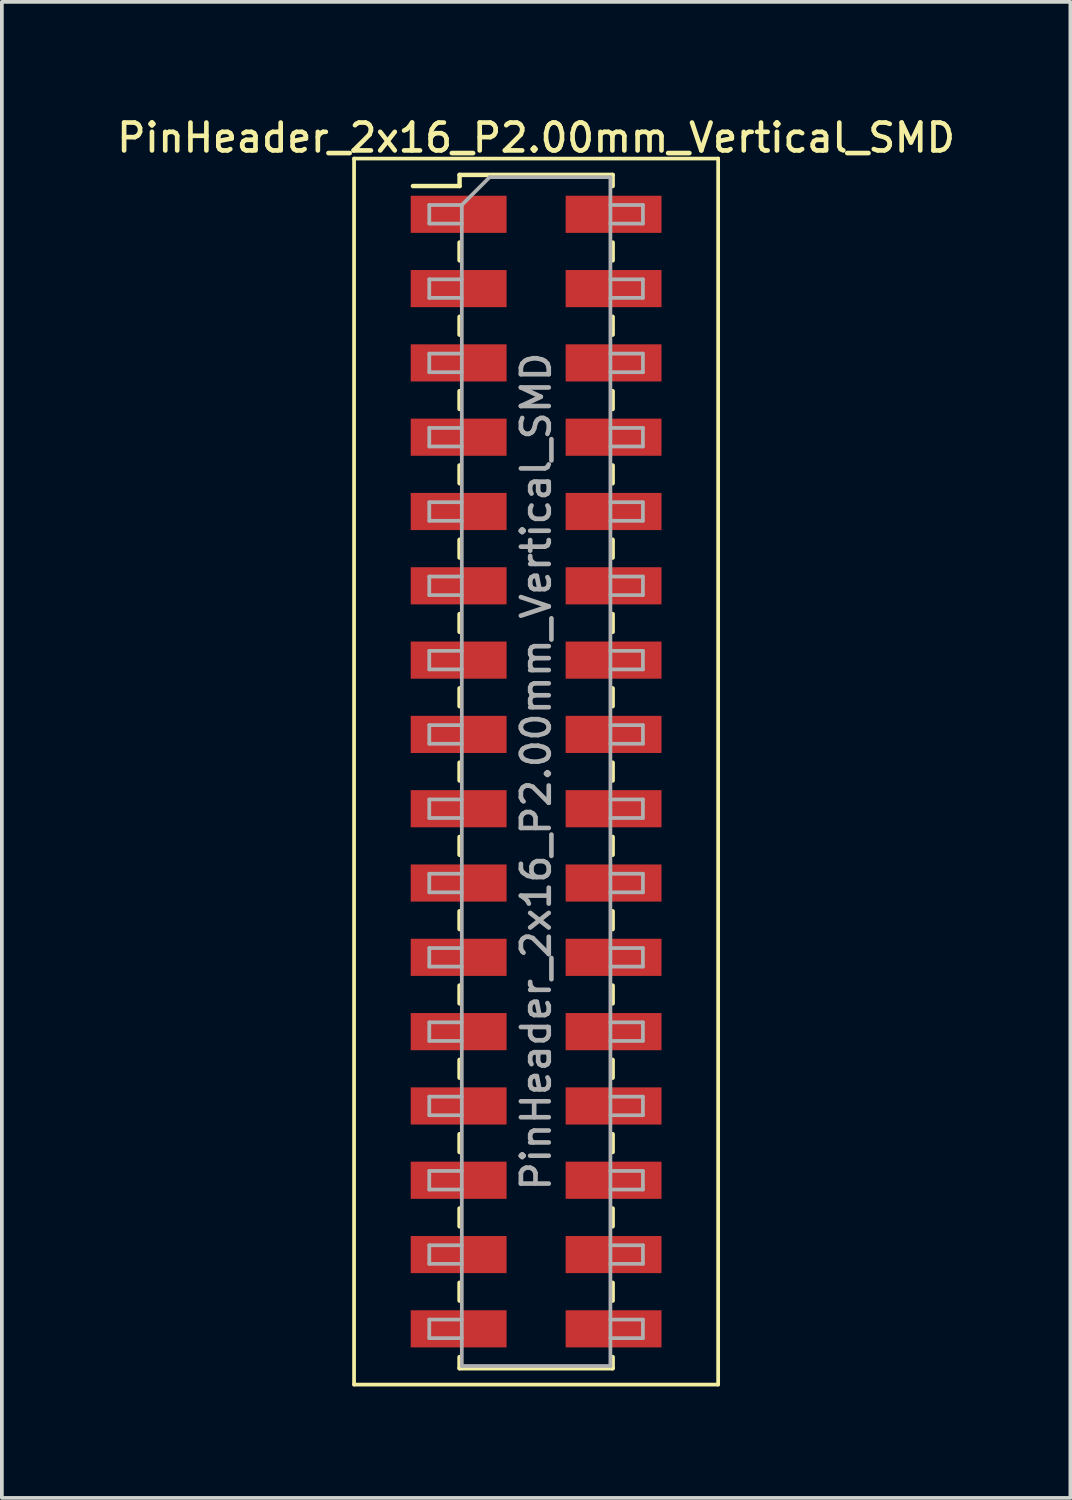
<source format=kicad_pcb>
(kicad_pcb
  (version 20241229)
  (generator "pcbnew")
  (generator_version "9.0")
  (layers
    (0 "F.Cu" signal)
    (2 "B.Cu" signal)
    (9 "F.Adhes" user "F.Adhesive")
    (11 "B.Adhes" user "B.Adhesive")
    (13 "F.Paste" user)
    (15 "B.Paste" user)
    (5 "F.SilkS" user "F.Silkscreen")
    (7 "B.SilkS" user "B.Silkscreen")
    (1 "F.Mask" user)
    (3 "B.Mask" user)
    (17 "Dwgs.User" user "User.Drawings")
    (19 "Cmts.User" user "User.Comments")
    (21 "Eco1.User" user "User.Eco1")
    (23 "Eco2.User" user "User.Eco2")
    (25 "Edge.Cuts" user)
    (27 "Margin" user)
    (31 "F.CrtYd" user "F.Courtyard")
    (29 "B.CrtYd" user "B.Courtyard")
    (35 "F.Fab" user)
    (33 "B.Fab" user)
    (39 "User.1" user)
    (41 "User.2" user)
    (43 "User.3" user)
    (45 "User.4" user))
  (footprint "PinHeader_2x16_P2.00mm_Vertical_SMD"
    (layer "F.Cu")
    (at 11.38 17.718)
    (property "Reference" "PinHeader_2x16_P2.00mm_Vertical_SMD" (at 0 -17.06 0) (layer "F.SilkS") (effects (font (size 0.75 0.75) (thickness 0.125))))
    (attr smd)
    (fp_line (start -4.9 -16.5) (end -4.9 16.5) (stroke (width 0.1) (type solid)) (layer "F.SilkS"))
    (fp_line (start -4.9 16.5) (end 4.9 16.5) (stroke (width 0.1) (type solid)) (layer "F.SilkS"))
    (fp_line (start -3.315 -15.76) (end -2.06 -15.76) (stroke (width 0.12) (type solid)) (layer "F.SilkS"))
    (fp_line (start -2.06 -16.06) (end -2.06 -15.76) (stroke (width 0.12) (type solid)) (layer "F.SilkS"))
    (fp_line (start -2.06 -16.06) (end 2.06 -16.06) (stroke (width 0.12) (type solid)) (layer "F.SilkS"))
    (fp_line (start -2.06 -14.24) (end -2.06 -13.76) (stroke (width 0.12) (type solid)) (layer "F.SilkS"))
    (fp_line (start -2.06 -12.24) (end -2.06 -11.76) (stroke (width 0.12) (type solid)) (layer "F.SilkS"))
    (fp_line (start -2.06 -10.24) (end -2.06 -9.76) (stroke (width 0.12) (type solid)) (layer "F.SilkS"))
    (fp_line (start -2.06 -8.24) (end -2.06 -7.76) (stroke (width 0.12) (type solid)) (layer "F.SilkS"))
    (fp_line (start -2.06 -6.24) (end -2.06 -5.76) (stroke (width 0.12) (type solid)) (layer "F.SilkS"))
    (fp_line (start -2.06 -4.24) (end -2.06 -3.76) (stroke (width 0.12) (type solid)) (layer "F.SilkS"))
    (fp_line (start -2.06 -2.24) (end -2.06 -1.76) (stroke (width 0.12) (type solid)) (layer "F.SilkS"))
    (fp_line (start -2.06 -0.24) (end -2.06 0.24) (stroke (width 0.12) (type solid)) (layer "F.SilkS"))
    (fp_line (start -2.06 1.76) (end -2.06 2.24) (stroke (width 0.12) (type solid)) (layer "F.SilkS"))
    (fp_line (start -2.06 3.76) (end -2.06 4.24) (stroke (width 0.12) (type solid)) (layer "F.SilkS"))
    (fp_line (start -2.06 5.76) (end -2.06 6.24) (stroke (width 0.12) (type solid)) (layer "F.SilkS"))
    (fp_line (start -2.06 7.76) (end -2.06 8.24) (stroke (width 0.12) (type solid)) (layer "F.SilkS"))
    (fp_line (start -2.06 9.76) (end -2.06 10.24) (stroke (width 0.12) (type solid)) (layer "F.SilkS"))
    (fp_line (start -2.06 11.76) (end -2.06 12.24) (stroke (width 0.12) (type solid)) (layer "F.SilkS"))
    (fp_line (start -2.06 13.76) (end -2.06 14.24) (stroke (width 0.12) (type solid)) (layer "F.SilkS"))
    (fp_line (start -2.06 15.76) (end -2.06 16.06) (stroke (width 0.12) (type solid)) (layer "F.SilkS"))
    (fp_line (start -2.06 16.06) (end 2.06 16.06) (stroke (width 0.12) (type solid)) (layer "F.SilkS"))
    (fp_line (start 2.06 -16.06) (end 2.06 -15.76) (stroke (width 0.12) (type solid)) (layer "F.SilkS"))
    (fp_line (start 2.06 -14.24) (end 2.06 -13.76) (stroke (width 0.12) (type solid)) (layer "F.SilkS"))
    (fp_line (start 2.06 -12.24) (end 2.06 -11.76) (stroke (width 0.12) (type solid)) (layer "F.SilkS"))
    (fp_line (start 2.06 -10.24) (end 2.06 -9.76) (stroke (width 0.12) (type solid)) (layer "F.SilkS"))
    (fp_line (start 2.06 -8.24) (end 2.06 -7.76) (stroke (width 0.12) (type solid)) (layer "F.SilkS"))
    (fp_line (start 2.06 -6.24) (end 2.06 -5.76) (stroke (width 0.12) (type solid)) (layer "F.SilkS"))
    (fp_line (start 2.06 -4.24) (end 2.06 -3.76) (stroke (width 0.12) (type solid)) (layer "F.SilkS"))
    (fp_line (start 2.06 -2.24) (end 2.06 -1.76) (stroke (width 0.12) (type solid)) (layer "F.SilkS"))
    (fp_line (start 2.06 -0.24) (end 2.06 0.24) (stroke (width 0.12) (type solid)) (layer "F.SilkS"))
    (fp_line (start 2.06 1.76) (end 2.06 2.24) (stroke (width 0.12) (type solid)) (layer "F.SilkS"))
    (fp_line (start 2.06 3.76) (end 2.06 4.24) (stroke (width 0.12) (type solid)) (layer "F.SilkS"))
    (fp_line (start 2.06 5.76) (end 2.06 6.24) (stroke (width 0.12) (type solid)) (layer "F.SilkS"))
    (fp_line (start 2.06 7.76) (end 2.06 8.24) (stroke (width 0.12) (type solid)) (layer "F.SilkS"))
    (fp_line (start 2.06 9.76) (end 2.06 10.24) (stroke (width 0.12) (type solid)) (layer "F.SilkS"))
    (fp_line (start 2.06 11.76) (end 2.06 12.24) (stroke (width 0.12) (type solid)) (layer "F.SilkS"))
    (fp_line (start 2.06 13.76) (end 2.06 14.24) (stroke (width 0.12) (type solid)) (layer "F.SilkS"))
    (fp_line (start 2.06 15.76) (end 2.06 16.06) (stroke (width 0.12) (type solid)) (layer "F.SilkS"))
    (fp_line (start 4.9 -16.5) (end -4.9 -16.5) (stroke (width 0.1) (type solid)) (layer "F.SilkS"))
    (fp_line (start 4.9 16.5) (end 4.9 -16.5) (stroke (width 0.1) (type solid)) (layer "F.SilkS"))
    (fp_line (start -2.875 -15.25) (end -2.875 -14.75) (stroke (width 0.1) (type solid)) (layer "F.Fab"))
    (fp_line (start -2.875 -14.75) (end -2 -14.75) (stroke (width 0.1) (type solid)) (layer "F.Fab"))
    (fp_line (start -2.875 -13.25) (end -2.875 -12.75) (stroke (width 0.1) (type solid)) (layer "F.Fab"))
    (fp_line (start -2.875 -12.75) (end -2 -12.75) (stroke (width 0.1) (type solid)) (layer "F.Fab"))
    (fp_line (start -2.875 -11.25) (end -2.875 -10.75) (stroke (width 0.1) (type solid)) (layer "F.Fab"))
    (fp_line (start -2.875 -10.75) (end -2 -10.75) (stroke (width 0.1) (type solid)) (layer "F.Fab"))
    (fp_line (start -2.875 -9.25) (end -2.875 -8.75) (stroke (width 0.1) (type solid)) (layer "F.Fab"))
    (fp_line (start -2.875 -8.75) (end -2 -8.75) (stroke (width 0.1) (type solid)) (layer "F.Fab"))
    (fp_line (start -2.875 -7.25) (end -2.875 -6.75) (stroke (width 0.1) (type solid)) (layer "F.Fab"))
    (fp_line (start -2.875 -6.75) (end -2 -6.75) (stroke (width 0.1) (type solid)) (layer "F.Fab"))
    (fp_line (start -2.875 -5.25) (end -2.875 -4.75) (stroke (width 0.1) (type solid)) (layer "F.Fab"))
    (fp_line (start -2.875 -4.75) (end -2 -4.75) (stroke (width 0.1) (type solid)) (layer "F.Fab"))
    (fp_line (start -2.875 -3.25) (end -2.875 -2.75) (stroke (width 0.1) (type solid)) (layer "F.Fab"))
    (fp_line (start -2.875 -2.75) (end -2 -2.75) (stroke (width 0.1) (type solid)) (layer "F.Fab"))
    (fp_line (start -2.875 -1.25) (end -2.875 -0.75) (stroke (width 0.1) (type solid)) (layer "F.Fab"))
    (fp_line (start -2.875 -0.75) (end -2 -0.75) (stroke (width 0.1) (type solid)) (layer "F.Fab"))
    (fp_line (start -2.875 0.75) (end -2.875 1.25) (stroke (width 0.1) (type solid)) (layer "F.Fab"))
    (fp_line (start -2.875 1.25) (end -2 1.25) (stroke (width 0.1) (type solid)) (layer "F.Fab"))
    (fp_line (start -2.875 2.75) (end -2.875 3.25) (stroke (width 0.1) (type solid)) (layer "F.Fab"))
    (fp_line (start -2.875 3.25) (end -2 3.25) (stroke (width 0.1) (type solid)) (layer "F.Fab"))
    (fp_line (start -2.875 4.75) (end -2.875 5.25) (stroke (width 0.1) (type solid)) (layer "F.Fab"))
    (fp_line (start -2.875 5.25) (end -2 5.25) (stroke (width 0.1) (type solid)) (layer "F.Fab"))
    (fp_line (start -2.875 6.75) (end -2.875 7.25) (stroke (width 0.1) (type solid)) (layer "F.Fab"))
    (fp_line (start -2.875 7.25) (end -2 7.25) (stroke (width 0.1) (type solid)) (layer "F.Fab"))
    (fp_line (start -2.875 8.75) (end -2.875 9.25) (stroke (width 0.1) (type solid)) (layer "F.Fab"))
    (fp_line (start -2.875 9.25) (end -2 9.25) (stroke (width 0.1) (type solid)) (layer "F.Fab"))
    (fp_line (start -2.875 10.75) (end -2.875 11.25) (stroke (width 0.1) (type solid)) (layer "F.Fab"))
    (fp_line (start -2.875 11.25) (end -2 11.25) (stroke (width 0.1) (type solid)) (layer "F.Fab"))
    (fp_line (start -2.875 12.75) (end -2.875 13.25) (stroke (width 0.1) (type solid)) (layer "F.Fab"))
    (fp_line (start -2.875 13.25) (end -2 13.25) (stroke (width 0.1) (type solid)) (layer "F.Fab"))
    (fp_line (start -2.875 14.75) (end -2.875 15.25) (stroke (width 0.1) (type solid)) (layer "F.Fab"))
    (fp_line (start -2.875 15.25) (end -2 15.25) (stroke (width 0.1) (type solid)) (layer "F.Fab"))
    (fp_line (start -2 -15.25) (end -2.875 -15.25) (stroke (width 0.1) (type solid)) (layer "F.Fab"))
    (fp_line (start -2 -15.25) (end -1.25 -16) (stroke (width 0.1) (type solid)) (layer "F.Fab"))
    (fp_line (start -2 -13.25) (end -2.875 -13.25) (stroke (width 0.1) (type solid)) (layer "F.Fab"))
    (fp_line (start -2 -11.25) (end -2.875 -11.25) (stroke (width 0.1) (type solid)) (layer "F.Fab"))
    (fp_line (start -2 -9.25) (end -2.875 -9.25) (stroke (width 0.1) (type solid)) (layer "F.Fab"))
    (fp_line (start -2 -7.25) (end -2.875 -7.25) (stroke (width 0.1) (type solid)) (layer "F.Fab"))
    (fp_line (start -2 -5.25) (end -2.875 -5.25) (stroke (width 0.1) (type solid)) (layer "F.Fab"))
    (fp_line (start -2 -3.25) (end -2.875 -3.25) (stroke (width 0.1) (type solid)) (layer "F.Fab"))
    (fp_line (start -2 -1.25) (end -2.875 -1.25) (stroke (width 0.1) (type solid)) (layer "F.Fab"))
    (fp_line (start -2 0.75) (end -2.875 0.75) (stroke (width 0.1) (type solid)) (layer "F.Fab"))
    (fp_line (start -2 2.75) (end -2.875 2.75) (stroke (width 0.1) (type solid)) (layer "F.Fab"))
    (fp_line (start -2 4.75) (end -2.875 4.75) (stroke (width 0.1) (type solid)) (layer "F.Fab"))
    (fp_line (start -2 6.75) (end -2.875 6.75) (stroke (width 0.1) (type solid)) (layer "F.Fab"))
    (fp_line (start -2 8.75) (end -2.875 8.75) (stroke (width 0.1) (type solid)) (layer "F.Fab"))
    (fp_line (start -2 10.75) (end -2.875 10.75) (stroke (width 0.1) (type solid)) (layer "F.Fab"))
    (fp_line (start -2 12.75) (end -2.875 12.75) (stroke (width 0.1) (type solid)) (layer "F.Fab"))
    (fp_line (start -2 14.75) (end -2.875 14.75) (stroke (width 0.1) (type solid)) (layer "F.Fab"))
    (fp_line (start -2 16) (end -2 -15.25) (stroke (width 0.1) (type solid)) (layer "F.Fab"))
    (fp_line (start -1.25 -16) (end 2 -16) (stroke (width 0.1) (type solid)) (layer "F.Fab"))
    (fp_line (start 2 -16) (end 2 16) (stroke (width 0.1) (type solid)) (layer "F.Fab"))
    (fp_line (start 2 -15.25) (end 2.875 -15.25) (stroke (width 0.1) (type solid)) (layer "F.Fab"))
    (fp_line (start 2 -13.25) (end 2.875 -13.25) (stroke (width 0.1) (type solid)) (layer "F.Fab"))
    (fp_line (start 2 -11.25) (end 2.875 -11.25) (stroke (width 0.1) (type solid)) (layer "F.Fab"))
    (fp_line (start 2 -9.25) (end 2.875 -9.25) (stroke (width 0.1) (type solid)) (layer "F.Fab"))
    (fp_line (start 2 -7.25) (end 2.875 -7.25) (stroke (width 0.1) (type solid)) (layer "F.Fab"))
    (fp_line (start 2 -5.25) (end 2.875 -5.25) (stroke (width 0.1) (type solid)) (layer "F.Fab"))
    (fp_line (start 2 -3.25) (end 2.875 -3.25) (stroke (width 0.1) (type solid)) (layer "F.Fab"))
    (fp_line (start 2 -1.25) (end 2.875 -1.25) (stroke (width 0.1) (type solid)) (layer "F.Fab"))
    (fp_line (start 2 0.75) (end 2.875 0.75) (stroke (width 0.1) (type solid)) (layer "F.Fab"))
    (fp_line (start 2 2.75) (end 2.875 2.75) (stroke (width 0.1) (type solid)) (layer "F.Fab"))
    (fp_line (start 2 4.75) (end 2.875 4.75) (stroke (width 0.1) (type solid)) (layer "F.Fab"))
    (fp_line (start 2 6.75) (end 2.875 6.75) (stroke (width 0.1) (type solid)) (layer "F.Fab"))
    (fp_line (start 2 8.75) (end 2.875 8.75) (stroke (width 0.1) (type solid)) (layer "F.Fab"))
    (fp_line (start 2 10.75) (end 2.875 10.75) (stroke (width 0.1) (type solid)) (layer "F.Fab"))
    (fp_line (start 2 12.75) (end 2.875 12.75) (stroke (width 0.1) (type solid)) (layer "F.Fab"))
    (fp_line (start 2 14.75) (end 2.875 14.75) (stroke (width 0.1) (type solid)) (layer "F.Fab"))
    (fp_line (start 2 16) (end -2 16) (stroke (width 0.1) (type solid)) (layer "F.Fab"))
    (fp_line (start 2.875 -15.25) (end 2.875 -14.75) (stroke (width 0.1) (type solid)) (layer "F.Fab"))
    (fp_line (start 2.875 -14.75) (end 2 -14.75) (stroke (width 0.1) (type solid)) (layer "F.Fab"))
    (fp_line (start 2.875 -13.25) (end 2.875 -12.75) (stroke (width 0.1) (type solid)) (layer "F.Fab"))
    (fp_line (start 2.875 -12.75) (end 2 -12.75) (stroke (width 0.1) (type solid)) (layer "F.Fab"))
    (fp_line (start 2.875 -11.25) (end 2.875 -10.75) (stroke (width 0.1) (type solid)) (layer "F.Fab"))
    (fp_line (start 2.875 -10.75) (end 2 -10.75) (stroke (width 0.1) (type solid)) (layer "F.Fab"))
    (fp_line (start 2.875 -9.25) (end 2.875 -8.75) (stroke (width 0.1) (type solid)) (layer "F.Fab"))
    (fp_line (start 2.875 -8.75) (end 2 -8.75) (stroke (width 0.1) (type solid)) (layer "F.Fab"))
    (fp_line (start 2.875 -7.25) (end 2.875 -6.75) (stroke (width 0.1) (type solid)) (layer "F.Fab"))
    (fp_line (start 2.875 -6.75) (end 2 -6.75) (stroke (width 0.1) (type solid)) (layer "F.Fab"))
    (fp_line (start 2.875 -5.25) (end 2.875 -4.75) (stroke (width 0.1) (type solid)) (layer "F.Fab"))
    (fp_line (start 2.875 -4.75) (end 2 -4.75) (stroke (width 0.1) (type solid)) (layer "F.Fab"))
    (fp_line (start 2.875 -3.25) (end 2.875 -2.75) (stroke (width 0.1) (type solid)) (layer "F.Fab"))
    (fp_line (start 2.875 -2.75) (end 2 -2.75) (stroke (width 0.1) (type solid)) (layer "F.Fab"))
    (fp_line (start 2.875 -1.25) (end 2.875 -0.75) (stroke (width 0.1) (type solid)) (layer "F.Fab"))
    (fp_line (start 2.875 -0.75) (end 2 -0.75) (stroke (width 0.1) (type solid)) (layer "F.Fab"))
    (fp_line (start 2.875 0.75) (end 2.875 1.25) (stroke (width 0.1) (type solid)) (layer "F.Fab"))
    (fp_line (start 2.875 1.25) (end 2 1.25) (stroke (width 0.1) (type solid)) (layer "F.Fab"))
    (fp_line (start 2.875 2.75) (end 2.875 3.25) (stroke (width 0.1) (type solid)) (layer "F.Fab"))
    (fp_line (start 2.875 3.25) (end 2 3.25) (stroke (width 0.1) (type solid)) (layer "F.Fab"))
    (fp_line (start 2.875 4.75) (end 2.875 5.25) (stroke (width 0.1) (type solid)) (layer "F.Fab"))
    (fp_line (start 2.875 5.25) (end 2 5.25) (stroke (width 0.1) (type solid)) (layer "F.Fab"))
    (fp_line (start 2.875 6.75) (end 2.875 7.25) (stroke (width 0.1) (type solid)) (layer "F.Fab"))
    (fp_line (start 2.875 7.25) (end 2 7.25) (stroke (width 0.1) (type solid)) (layer "F.Fab"))
    (fp_line (start 2.875 8.75) (end 2.875 9.25) (stroke (width 0.1) (type solid)) (layer "F.Fab"))
    (fp_line (start 2.875 9.25) (end 2 9.25) (stroke (width 0.1) (type solid)) (layer "F.Fab"))
    (fp_line (start 2.875 10.75) (end 2.875 11.25) (stroke (width 0.1) (type solid)) (layer "F.Fab"))
    (fp_line (start 2.875 11.25) (end 2 11.25) (stroke (width 0.1) (type solid)) (layer "F.Fab"))
    (fp_line (start 2.875 12.75) (end 2.875 13.25) (stroke (width 0.1) (type solid)) (layer "F.Fab"))
    (fp_line (start 2.875 13.25) (end 2 13.25) (stroke (width 0.1) (type solid)) (layer "F.Fab"))
    (fp_line (start 2.875 14.75) (end 2.875 15.25) (stroke (width 0.1) (type solid)) (layer "F.Fab"))
    (fp_line (start 2.875 15.25) (end 2 15.25) (stroke (width 0.1) (type solid)) (layer "F.Fab"))
    (fp_text user "${REFERENCE}" (at 0 0 90) (layer "F.Fab") (effects (font (size 0.75 0.75) (thickness 0.125))))
    (pad "1" smd rect (at -2.085 -15) (size 2.58 1) (layers "F.Cu" "F.Mask" "F.Paste"))
    (pad "2" smd rect (at 2.085 -15) (size 2.58 1) (layers "F.Cu" "F.Mask" "F.Paste"))
    (pad "3" smd rect (at -2.085 -13) (size 2.58 1) (layers "F.Cu" "F.Mask" "F.Paste"))
    (pad "4" smd rect (at 2.085 -13) (size 2.58 1) (layers "F.Cu" "F.Mask" "F.Paste"))
    (pad "5" smd rect (at -2.085 -11) (size 2.58 1) (layers "F.Cu" "F.Mask" "F.Paste"))
    (pad "6" smd rect (at 2.085 -11) (size 2.58 1) (layers "F.Cu" "F.Mask" "F.Paste"))
    (pad "7" smd rect (at -2.085 -9) (size 2.58 1) (layers "F.Cu" "F.Mask" "F.Paste"))
    (pad "8" smd rect (at 2.085 -9) (size 2.58 1) (layers "F.Cu" "F.Mask" "F.Paste"))
    (pad "9" smd rect (at -2.085 -7) (size 2.58 1) (layers "F.Cu" "F.Mask" "F.Paste"))
    (pad "10" smd rect (at 2.085 -7) (size 2.58 1) (layers "F.Cu" "F.Mask" "F.Paste"))
    (pad "11" smd rect (at -2.085 -5) (size 2.58 1) (layers "F.Cu" "F.Mask" "F.Paste"))
    (pad "12" smd rect (at 2.085 -5) (size 2.58 1) (layers "F.Cu" "F.Mask" "F.Paste"))
    (pad "13" smd rect (at -2.085 -3) (size 2.58 1) (layers "F.Cu" "F.Mask" "F.Paste"))
    (pad "14" smd rect (at 2.085 -3) (size 2.58 1) (layers "F.Cu" "F.Mask" "F.Paste"))
    (pad "15" smd rect (at -2.085 -1) (size 2.58 1) (layers "F.Cu" "F.Mask" "F.Paste"))
    (pad "16" smd rect (at 2.085 -1) (size 2.58 1) (layers "F.Cu" "F.Mask" "F.Paste"))
    (pad "17" smd rect (at -2.085 1) (size 2.58 1) (layers "F.Cu" "F.Mask" "F.Paste"))
    (pad "18" smd rect (at 2.085 1) (size 2.58 1) (layers "F.Cu" "F.Mask" "F.Paste"))
    (pad "19" smd rect (at -2.085 3) (size 2.58 1) (layers "F.Cu" "F.Mask" "F.Paste"))
    (pad "20" smd rect (at 2.085 3) (size 2.58 1) (layers "F.Cu" "F.Mask" "F.Paste"))
    (pad "21" smd rect (at -2.085 5) (size 2.58 1) (layers "F.Cu" "F.Mask" "F.Paste"))
    (pad "22" smd rect (at 2.085 5) (size 2.58 1) (layers "F.Cu" "F.Mask" "F.Paste"))
    (pad "23" smd rect (at -2.085 7) (size 2.58 1) (layers "F.Cu" "F.Mask" "F.Paste"))
    (pad "24" smd rect (at 2.085 7) (size 2.58 1) (layers "F.Cu" "F.Mask" "F.Paste"))
    (pad "25" smd rect (at -2.085 9) (size 2.58 1) (layers "F.Cu" "F.Mask" "F.Paste"))
    (pad "26" smd rect (at 2.085 9) (size 2.58 1) (layers "F.Cu" "F.Mask" "F.Paste"))
    (pad "27" smd rect (at -2.085 11) (size 2.58 1) (layers "F.Cu" "F.Mask" "F.Paste"))
    (pad "28" smd rect (at 2.085 11) (size 2.58 1) (layers "F.Cu" "F.Mask" "F.Paste"))
    (pad "29" smd rect (at -2.085 13) (size 2.58 1) (layers "F.Cu" "F.Mask" "F.Paste"))
    (pad "30" smd rect (at 2.085 13) (size 2.58 1) (layers "F.Cu" "F.Mask" "F.Paste"))
    (pad "31" smd rect (at -2.085 15) (size 2.58 1) (layers "F.Cu" "F.Mask" "F.Paste"))
    (pad "32" smd rect (at 2.085 15) (size 2.58 1) (layers "F.Cu" "F.Mask" "F.Paste")))
  (gr_rect
    (start -3 -3)
    (end 25.761 37.268)
    (stroke (width 0.1) (type default))
    (fill no)
    (layer "Edge.Cuts")))
</source>
